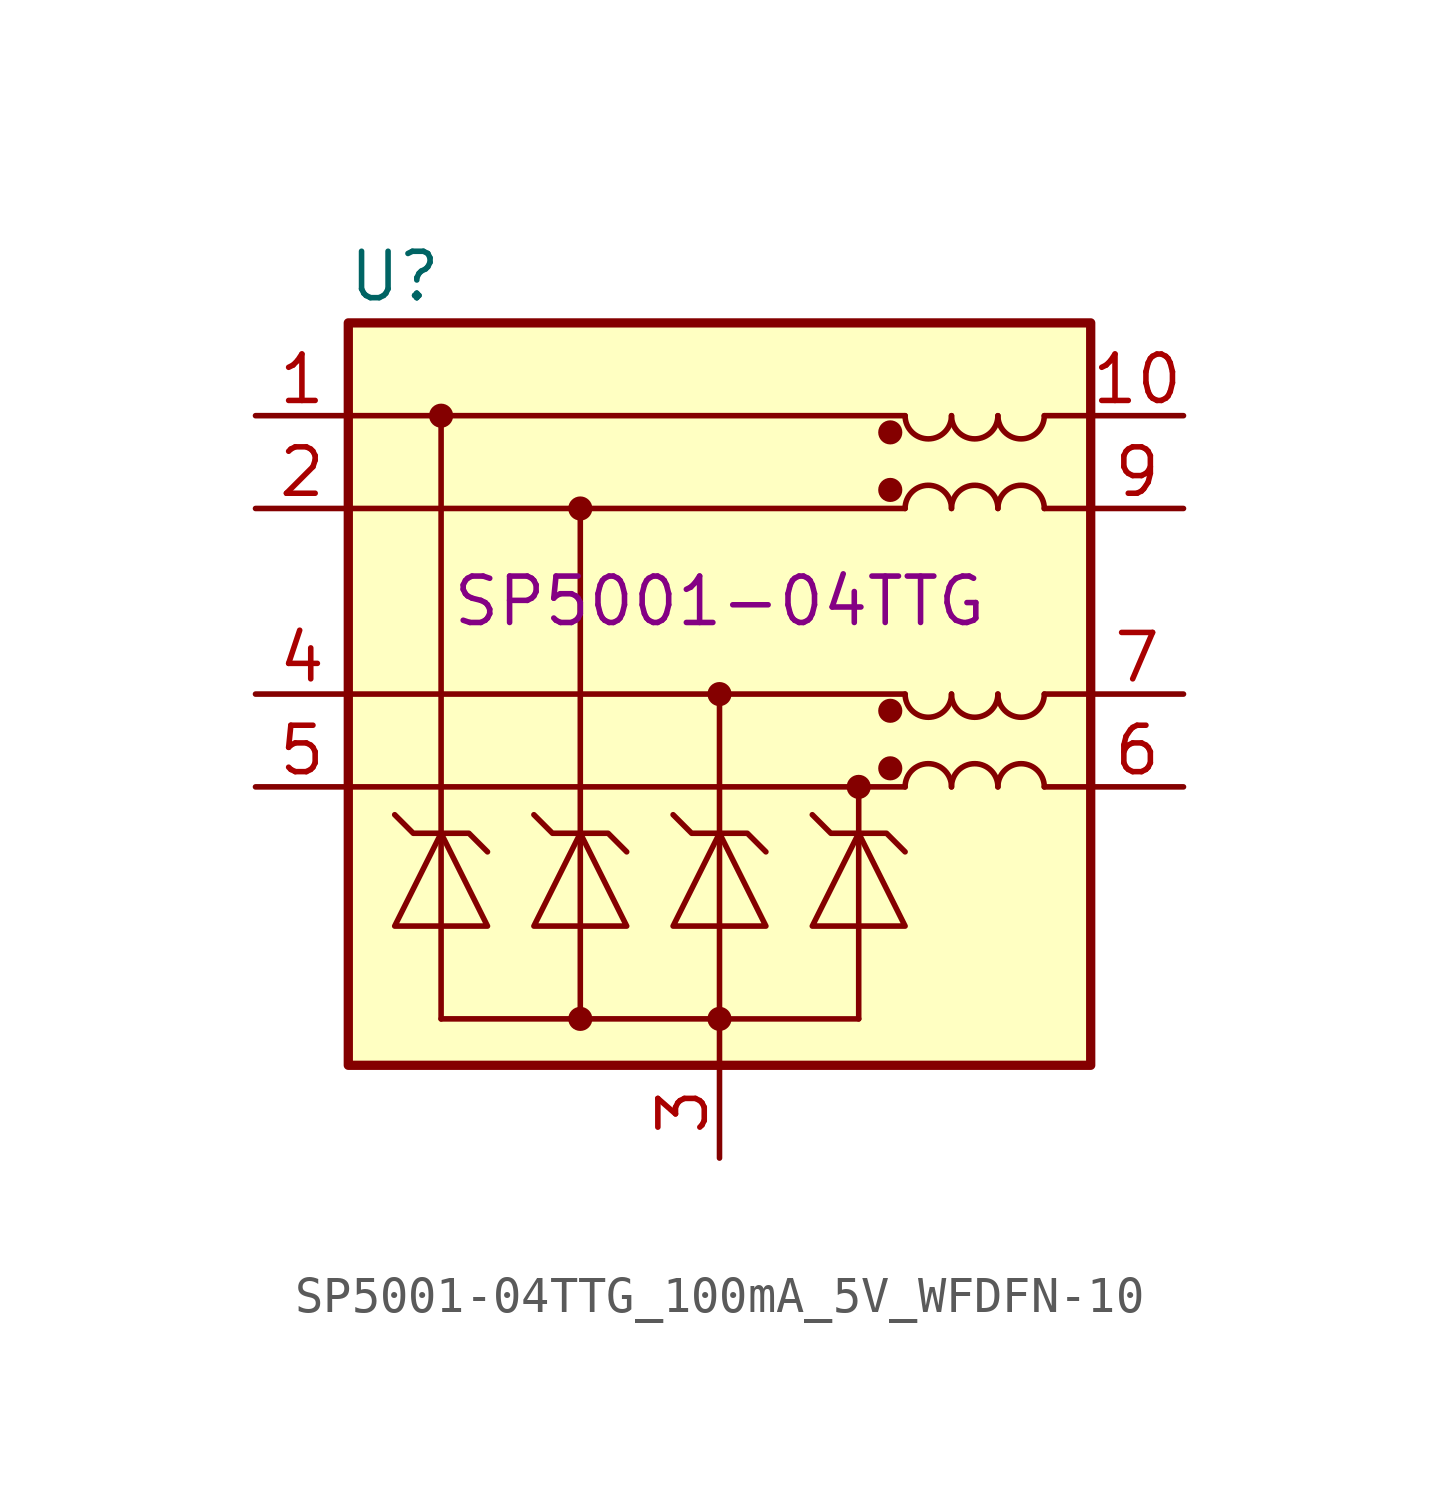
<source format=kicad_sym>
(kicad_symbol_lib
  (version 20211014)
  (generator kicad_symbol_editor)
  (symbol "SP5001-04TTG_100mA_5V_WFDFN-10"
    (pin_names
      (offset 0.025) hide)
    (property "Reference" "U"
      (at -8.89 8.89 0)
      (effects (font (size 1.27 1.27))))
    (property "Manufacturer Part Number" "SP5001-04TTG"
      (at 0 0 0)
      (effects (font (size 1.27 1.27))))
    (symbol "SP5001-04TTG_100mA_5V_WFDFN-10_0_1"
      (rectangle (start -10.16 7.62) (end 10.16 -12.7) (stroke (width 0.254) (type default) (color 0 0 0 0)) (fill (type background)))
      (polyline (pts (xy -10.16 -5.08) (xy 5.08 -5.08)) (stroke (width 0) (type default) (color 0 0 0 0)) (fill (type none)))
      (polyline (pts (xy -10.16 -2.54) (xy 5.08 -2.54)) (stroke (width 0) (type default) (color 0 0 0 0)) (fill (type none)))
      (polyline (pts (xy -10.16 2.54) (xy 5.08 2.54)) (stroke (width 0) (type default) (color 0 0 0 0)) (fill (type none)))
      (polyline (pts (xy -10.16 5.08) (xy 5.08 5.08)) (stroke (width 0) (type default) (color 0 0 0 0)) (fill (type none)))
      (polyline (pts (xy -7.62 -11.43) (xy 0 -11.43)) (stroke (width 0) (type default) (color 0 0 0 0)) (fill (type none)))
      (polyline (pts (xy -3.81 -6.35) (xy -3.81 2.54)) (stroke (width 0) (type default) (color 0 0 0 0)) (fill (type none)))
      (polyline (pts (xy 0 -11.43) (xy 0 -12.7)) (stroke (width 0) (type default) (color 0 0 0 0)) (fill (type none)))
      (polyline (pts (xy 3.81 -11.43) (xy 0 -11.43)) (stroke (width 0.152) (type default) (color 0 0 0 0)) (fill (type none)))
      (polyline (pts (xy 3.81 -6.35) (xy 3.81 -5.08)) (stroke (width 0) (type default) (color 0 0 0 0)) (fill (type none)))
      (polyline (pts (xy 8.89 -5.08) (xy 10.16 -5.08)) (stroke (width 0) (type default) (color 0 0 0 0)) (fill (type none)))
      (polyline (pts (xy 8.89 -2.54) (xy 10.16 -2.54)) (stroke (width 0) (type default) (color 0 0 0 0)) (fill (type none)))
      (polyline (pts (xy 8.89 2.54) (xy 10.16 2.54)) (stroke (width 0) (type default) (color 0 0 0 0)) (fill (type none)))
      (polyline (pts (xy 8.89 5.08) (xy 10.16 5.08)) (stroke (width 0) (type default) (color 0 0 0 0)) (fill (type none)))
      (arc (start 5.08 -2.54) (mid 5.715 -3.175) (end 6.35 -2.54) (stroke (width 0) (type default) (color 0 0 0 0)) (fill (type none)))
      (arc (start 5.08 5.08) (mid 5.715 4.445) (end 6.35 5.08) (stroke (width 0) (type default) (color 0 0 0 0)) (fill (type none)))
      (arc (start 6.35 -2.54) (mid 6.985 -3.175) (end 7.62 -2.54) (stroke (width 0) (type default) (color 0 0 0 0)) (fill (type none)))
      (arc (start 6.35 5.08) (mid 6.985 4.445) (end 7.62 5.08) (stroke (width 0) (type default) (color 0 0 0 0)) (fill (type none)))
      (arc (start 7.62 -2.54) (mid 8.255 -3.175) (end 8.89 -2.54) (stroke (width 0) (type default) (color 0 0 0 0)) (fill (type none)))
      (arc (start 7.62 5.08) (mid 8.255 4.445) (end 8.89 5.08) (stroke (width 0) (type default) (color 0 0 0 0)) (fill (type none))))
    (symbol "SP5001-04TTG_100mA_5V_WFDFN-10_1_1"
      (circle (center -7.62 5.08) (radius 0.254) (stroke (width 0) (type default) (color 0 0 0 0)) (fill (type outline)))
      (circle (center -3.81 -11.43) (radius 0.254) (stroke (width 0) (type default) (color 0 0 0 0)) (fill (type outline)))
      (circle (center -3.81 2.54) (radius 0.254) (stroke (width 0) (type default) (color 0 0 0 0)) (fill (type outline)))
      (circle (center 0 -11.43) (radius 0.254) (stroke (width 0) (type default) (color 0 0 0 0)) (fill (type outline)))
      (circle (center 0 -2.54) (radius 0.254) (stroke (width 0) (type default) (color 0 0 0 0)) (fill (type outline)))
      (polyline (pts (xy -7.62 -11.43) (xy -7.62 -6.35)) (stroke (width 0) (type default) (color 0 0 0 0)) (fill (type none)))
      (polyline (pts (xy -7.62 -6.35) (xy -7.62 5.08)) (stroke (width 0) (type default) (color 0 0 0 0)) (fill (type none)))
      (polyline (pts (xy -3.81 -11.43) (xy -3.81 -6.35)) (stroke (width 0) (type default) (color 0 0 0 0)) (fill (type none)))
      (polyline (pts (xy 0 -11.43) (xy 0 -6.35)) (stroke (width 0) (type default) (color 0 0 0 0)) (fill (type none)))
      (polyline (pts (xy 0 -6.35) (xy 0 -2.54)) (stroke (width 0) (type default) (color 0 0 0 0)) (fill (type none)))
      (polyline (pts (xy 3.81 -11.43) (xy 3.81 -6.35)) (stroke (width 0) (type default) (color 0 0 0 0)) (fill (type none)))
      (polyline (pts (xy -8.89 -8.89) (xy -6.35 -8.89) (xy -7.62 -6.35) (xy -8.89 -8.89)) (stroke (width 0) (type default) (color 0 0 0 0)) (fill (type none)))
      (polyline (pts (xy -6.35 -6.858) (xy -6.858 -6.35) (xy -8.382 -6.35) (xy -8.89 -5.842)) (stroke (width 0) (type default) (color 0 0 0 0)) (fill (type none)))
      (polyline (pts (xy -5.08 -8.89) (xy -2.54 -8.89) (xy -3.81 -6.35) (xy -5.08 -8.89)) (stroke (width 0) (type default) (color 0 0 0 0)) (fill (type none)))
      (polyline (pts (xy -2.54 -6.858) (xy -3.048 -6.35) (xy -4.572 -6.35) (xy -5.08 -5.842)) (stroke (width 0) (type default) (color 0 0 0 0)) (fill (type none)))
      (polyline (pts (xy -1.27 -8.89) (xy 1.27 -8.89) (xy 0 -6.35) (xy -1.27 -8.89)) (stroke (width 0) (type default) (color 0 0 0 0)) (fill (type none)))
      (polyline (pts (xy 1.27 -6.858) (xy 0.762 -6.35) (xy -0.762 -6.35) (xy -1.27 -5.842)) (stroke (width 0) (type default) (color 0 0 0 0)) (fill (type none)))
      (polyline (pts (xy 2.54 -8.89) (xy 5.08 -8.89) (xy 3.81 -6.35) (xy 2.54 -8.89)) (stroke (width 0) (type default) (color 0 0 0 0)) (fill (type none)))
      (polyline (pts (xy 5.08 -6.858) (xy 4.572 -6.35) (xy 3.048 -6.35) (xy 2.54 -5.842)) (stroke (width 0) (type default) (color 0 0 0 0)) (fill (type none)))
      (circle (center 3.81 -5.08) (radius 0.254) (stroke (width 0) (type default) (color 0 0 0 0)) (fill (type outline)))
      (circle (center 4.674 -4.572) (radius 0.254) (stroke (width 0) (type default) (color 0 0 0 0)) (fill (type outline)))
      (circle (center 4.674 -2.997) (radius 0.254) (stroke (width 0) (type default) (color 0 0 0 0)) (fill (type outline)))
      (circle (center 4.674 3.048) (radius 0.254) (stroke (width 0) (type default) (color 0 0 0 0)) (fill (type outline)))
      (circle (center 4.674 4.623) (radius 0.254) (stroke (width 0) (type default) (color 0 0 0 0)) (fill (type outline)))
      (arc (start 6.35 -5.08) (mid 5.715 -4.445) (end 5.08 -5.08) (stroke (width 0) (type default) (color 0 0 0 0)) (fill (type none)))
      (arc (start 6.35 2.54) (mid 5.715 3.175) (end 5.08 2.54) (stroke (width 0) (type default) (color 0 0 0 0)) (fill (type none)))
      (arc (start 7.62 -5.08) (mid 6.985 -4.445) (end 6.35 -5.08) (stroke (width 0) (type default) (color 0 0 0 0)) (fill (type none)))
      (arc (start 7.62 2.54) (mid 6.985 3.175) (end 6.35 2.54) (stroke (width 0) (type default) (color 0 0 0 0)) (fill (type none)))
      (arc (start 8.89 -5.08) (mid 8.255 -4.445) (end 7.62 -5.08) (stroke (width 0) (type default) (color 0 0 0 0)) (fill (type none)))
      (arc (start 8.89 2.54) (mid 8.255 3.175) (end 7.62 2.54) (stroke (width 0) (type default) (color 0 0 0 0)) (fill (type none)))
      (pin passive line (at -12.7 5.08 0) (length 2.54) (name "In_1+" (effects (font (size 1.27 1.27)))) (number "1" (effects (font (size 1.27 1.27)))))
      (pin passive line (at 12.7 5.08 180) (length 2.54) (name "Out_1+" (effects (font (size 1.27 1.27)))) (number "10" (effects (font (size 1.27 1.27)))))
      (pin passive line (at -12.7 2.54 0) (length 2.54) (name "In_1-" (effects (font (size 1.27 1.27)))) (number "2" (effects (font (size 1.27 1.27)))))
      (pin power_in line (at 0 -15.24 90) (length 2.54) (name "GND" (effects (font (size 1.27 1.27)))) (number "3" (effects (font (size 1.27 1.27)))))
      (pin passive line (at -12.7 -2.54 0) (length 2.54) (name "In_2+" (effects (font (size 1.27 1.27)))) (number "4" (effects (font (size 1.27 1.27)))))
      (pin passive line (at -12.7 -5.08 0) (length 2.54) (name "In_2-" (effects (font (size 1.27 1.27)))) (number "5" (effects (font (size 1.27 1.27)))))
      (pin passive line (at 12.7 -5.08 180) (length 2.54) (name "Out_2-" (effects (font (size 1.27 1.27)))) (number "6" (effects (font (size 1.27 1.27)))))
      (pin passive line (at 12.7 -2.54 180) (length 2.54) (name "Out_2+" (effects (font (size 1.27 1.27)))) (number "7" (effects (font (size 1.27 1.27)))))
      (pin passive line (at 0 -15.24 90) (length 2.54) hide (name "GND" (effects (font (size 1.27 1.27)))) (number "8" (effects (font (size 1.27 1.27)))))
      (pin passive line (at 12.7 2.54 180) (length 2.54) (name "Out_1-" (effects (font (size 1.27 1.27)))) (number "9" (effects (font (size 1.27 1.27))))))))
</source>
